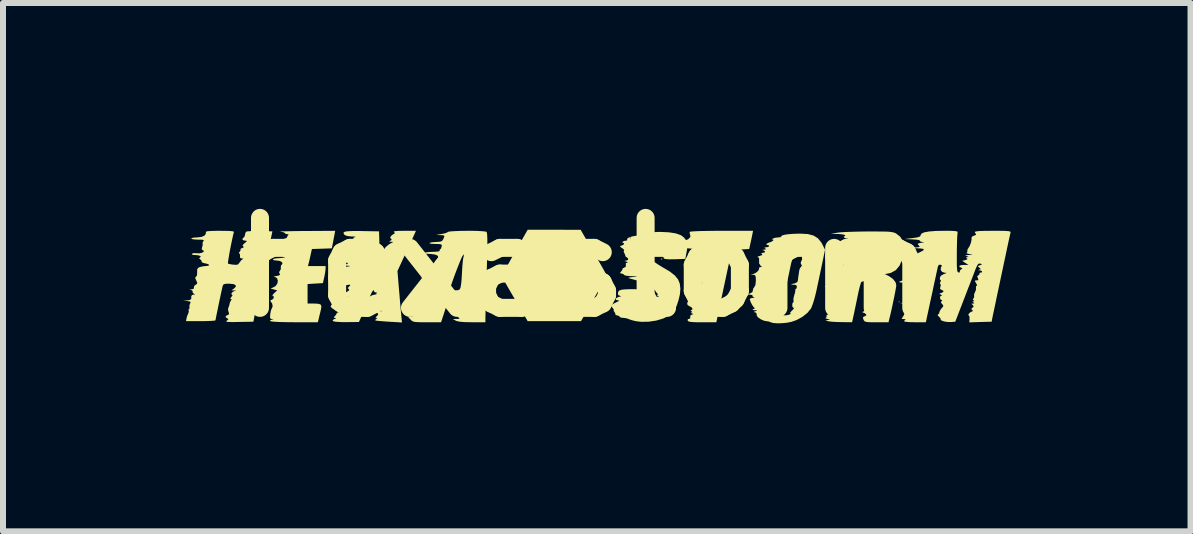
<source format=kicad_pcb>
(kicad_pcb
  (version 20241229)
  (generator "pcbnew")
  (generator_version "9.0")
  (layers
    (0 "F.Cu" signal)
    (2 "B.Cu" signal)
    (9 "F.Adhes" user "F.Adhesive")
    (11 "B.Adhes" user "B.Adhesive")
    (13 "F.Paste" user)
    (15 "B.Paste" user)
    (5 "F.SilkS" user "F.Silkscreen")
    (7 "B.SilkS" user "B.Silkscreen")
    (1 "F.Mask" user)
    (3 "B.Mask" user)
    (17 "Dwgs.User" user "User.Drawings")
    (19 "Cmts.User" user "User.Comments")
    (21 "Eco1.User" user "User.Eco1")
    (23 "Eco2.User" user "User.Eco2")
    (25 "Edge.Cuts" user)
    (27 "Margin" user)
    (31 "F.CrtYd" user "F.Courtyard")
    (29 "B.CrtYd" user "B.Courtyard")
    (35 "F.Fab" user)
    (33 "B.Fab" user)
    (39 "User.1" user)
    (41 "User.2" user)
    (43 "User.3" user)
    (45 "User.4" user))
  (footprint "hexastorm"
    (layer "F.Cu")
    (at 6.713 1.404)
    (property "Reference" "hexastorm" (at 0 0 0) (layer "F.SilkS") (effects (font (size 1.5 1.5) (thickness 0.3))))
    (attr board_only exclude_from_pos_files exclude_from_bom)
    (fp_poly (pts (xy 4.004 0.321) (xy 3.995 0.331) (xy 3.985 0.321) (xy 3.995 0.312)) (stroke (width 0) (type solid)) (fill yes) (layer "F.SilkS"))
    (fp_poly (pts (xy 4.261 -0.413) (xy 4.252 -0.404) (xy 4.243 -0.413) (xy 4.252 -0.422)) (stroke (width 0) (type solid)) (fill yes) (layer "F.SilkS"))
    (fp_poly (pts (xy 5.234 0.579) (xy 5.225 0.588) (xy 5.216 0.579) (xy 5.225 0.569)) (stroke (width 0) (type solid)) (fill yes) (layer "F.SilkS"))
    (fp_poly (pts (xy 1.279 -0.141) (xy 1.277 -0.13) (xy 1.267 -0.129) (xy 1.252 -0.135) (xy 1.255 -0.141) (xy 1.277 -0.143)) (stroke (width 0) (type solid)) (fill yes) (layer "F.SilkS"))
    (fp_poly (pts (xy -2.842 0.576) (xy -2.841 0.582) (xy -2.87 0.584) (xy -2.874 0.584) (xy -2.903 0.581) (xy -2.9 0.576) (xy -2.897 0.575) (xy -2.857 0.572)) (stroke (width 0) (type solid)) (fill yes) (layer "F.SilkS"))
    (fp_poly (pts (xy -0.524 -0.624) (xy -0.083 -0.623) (xy 0.119 -0.273) (xy 0.179 -0.169) (xy 0.234 -0.074) (xy 0.28 0.007) (xy 0.314 0.068) (xy 0.334 0.105) (xy 0.338 0.111) (xy 0.339 0.129) (xy 0.33 0.162) (xy 0.308 0.211) (xy 0.273 0.281) (xy 0.222 0.374) (xy 0.154 0.495) (xy 0.139 0.522) (xy -0.077 0.9) (xy -0.521 0.9) (xy -0.966 0.9) (xy -1.181 0.533) (xy -1.242 0.428) (xy -1.297 0.333) (xy -1.342 0.253) (xy -1.375 0.193) (xy -1.393 0.157) (xy -1.396 0.149) (xy -1.387 0.128) (xy -1.363 0.081) (xy -1.325 0.011) (xy -1.276 -0.077) (xy -1.22 -0.179) (xy -1.181 -0.247) (xy -0.966 -0.624)) (stroke (width 0) (type solid)) (fill yes) (layer "F.SilkS"))
    (fp_poly (pts (xy -4.203 -0.46) (xy -4.231 -0.314) (xy -4.397 -0.308) (xy -4.563 -0.303) (xy -4.585 -0.206) (xy -4.599 -0.142) (xy -4.612 -0.085) (xy -4.618 -0.064) (xy -4.629 -0.018) (xy -4.482 -0.018) (xy -4.334 -0.018) (xy -4.336 0.032) (xy -4.341 0.08) (xy -4.353 0.144) (xy -4.359 0.174) (xy -4.38 0.266) (xy -4.536 0.275) (xy -4.692 0.285) (xy -4.713 0.379) (xy -4.728 0.449) (xy -4.741 0.516) (xy -4.746 0.54) (xy -4.758 0.606) (xy -4.583 0.606) (xy -4.497 0.607) (xy -4.442 0.613) (xy -4.413 0.628) (xy -4.405 0.658) (xy -4.413 0.707) (xy -4.424 0.753) (xy -4.439 0.813) (xy -4.452 0.867) (xy -4.452 0.868) (xy -4.464 0.918) (xy -4.844 0.918) (xy -4.96 0.917) (xy -5.064 0.915) (xy -5.151 0.912) (xy -5.214 0.907) (xy -5.248 0.903) (xy -5.251 0.901) (xy -5.263 0.888) (xy -5.242 0.878) (xy -5.233 0.877) (xy -5.204 0.87) (xy -5.211 0.867) (xy -5.227 0.866) (xy -5.251 0.86) (xy -5.261 0.84) (xy -5.259 0.796) (xy -5.258 0.785) (xy -5.249 0.733) (xy -5.237 0.696) (xy -5.232 0.69) (xy -5.217 0.65) (xy -5.227 0.603) (xy -5.243 0.582) (xy -5.259 0.56) (xy -5.243 0.548) (xy -5.234 0.545) (xy -5.208 0.528) (xy -5.197 0.501) (xy -5.206 0.481) (xy -5.219 0.478) (xy -5.221 0.467) (xy -5.2 0.441) (xy -5.191 0.432) (xy -5.142 0.387) (xy -5.202 0.37) (xy -5.241 0.359) (xy -5.247 0.352) (xy -5.222 0.343) (xy -5.215 0.341) (xy -5.169 0.315) (xy -5.14 0.274) (xy -5.131 0.228) (xy -5.143 0.187) (xy -5.177 0.162) (xy -5.185 0.16) (xy -5.202 0.154) (xy -5.183 0.15) (xy -5.166 0.149) (xy -5.119 0.141) (xy -5.095 0.125) (xy -5.099 0.106) (xy -5.106 0.101) (xy -5.111 0.081) (xy -5.097 0.063) (xy -5.08 0.028) (xy -5.082 0.007) (xy -5.08 -0.025) (xy -5.071 -0.035) (xy -5.053 -0.06) (xy -5.064 -0.085) (xy -5.099 -0.104) (xy -5.144 -0.11) (xy -5.196 -0.115) (xy -5.214 -0.127) (xy -5.2 -0.14) (xy -5.153 -0.148) (xy -5.138 -0.149) (xy -5.076 -0.153) (xy -5.023 -0.161) (xy -5.014 -0.164) (xy -4.968 -0.177) (xy -5.014 -0.19) (xy -5.06 -0.203) (xy -5.016 -0.239) (xy -4.99 -0.264) (xy -4.992 -0.274) (xy -5.004 -0.275) (xy -5.024 -0.284) (xy -5.023 -0.294) (xy -5.032 -0.305) (xy -5.073 -0.311) (xy -5.104 -0.312) (xy -5.159 -0.316) (xy -5.197 -0.324) (xy -5.207 -0.331) (xy -5.197 -0.342) (xy -5.156 -0.349) (xy -5.121 -0.35) (xy -5.038 -0.355) (xy -4.987 -0.366) (xy -4.969 -0.382) (xy -4.98 -0.399) (xy -5.016 -0.416) (xy -5.06 -0.427) (xy -5.09 -0.432) (xy -5.088 -0.436) (xy -5.052 -0.439) (xy -5.041 -0.439) (xy -4.998 -0.443) (xy -4.988 -0.45) (xy -5.005 -0.459) (xy -5.028 -0.471) (xy -5.019 -0.476) (xy -5.009 -0.476) (xy -4.982 -0.49) (xy -4.977 -0.504) (xy -4.963 -0.533) (xy -4.954 -0.539) (xy -4.951 -0.546) (xy -4.973 -0.55) (xy -5.005 -0.557) (xy -5.014 -0.568) (xy -5.03 -0.58) (xy -5.071 -0.59) (xy -5.092 -0.593) (xy -5.095 -0.595) (xy -5.065 -0.597) (xy -5.006 -0.598) (xy -4.922 -0.6) (xy -4.816 -0.602) (xy -4.693 -0.603) (xy -4.673 -0.603) (xy -4.175 -0.606)) (stroke (width 0) (type solid)) (fill yes) (layer "F.SilkS"))
    (fp_poly (pts (xy -1.886 -0.606) (xy -1.799 -0.604) (xy -1.727 -0.6) (xy -1.676 -0.595) (xy -1.655 -0.59) (xy -1.649 -0.581) (xy -1.644 -0.561) (xy -1.641 -0.527) (xy -1.639 -0.475) (xy -1.638 -0.403) (xy -1.64 -0.307) (xy -1.642 -0.183) (xy -1.646 -0.029) (xy -1.651 0.122) (xy -1.655 0.28) (xy -1.66 0.428) (xy -1.664 0.562) (xy -1.667 0.677) (xy -1.669 0.769) (xy -1.671 0.834) (xy -1.671 0.867) (xy -1.671 0.868) (xy -1.671 0.918) (xy -1.896 0.918) (xy -2.009 0.916) (xy -2.091 0.91) (xy -2.144 0.9) (xy -2.167 0.891) (xy -2.213 0.864) (xy -2.149 0.863) (xy -2.11 0.861) (xy -2.103 0.853) (xy -2.115 0.844) (xy -2.136 0.815) (xy -2.132 0.778) (xy -2.106 0.751) (xy -2.096 0.747) (xy -2.077 0.74) (xy -2.093 0.737) (xy -2.098 0.737) (xy -2.124 0.726) (xy -2.13 0.708) (xy -2.114 0.698) (xy -2.111 0.698) (xy -2.1 0.687) (xy -2.103 0.68) (xy -2.126 0.67) (xy -2.174 0.663) (xy -2.22 0.661) (xy -2.326 0.661) (xy -2.368 0.79) (xy -2.41 0.918) (xy -2.644 0.918) (xy -2.74 0.918) (xy -2.807 0.916) (xy -2.852 0.912) (xy -2.881 0.904) (xy -2.902 0.89) (xy -2.92 0.872) (xy -2.963 0.826) (xy -2.915 0.826) (xy -2.877 0.816) (xy -2.847 0.791) (xy -2.835 0.762) (xy -2.841 0.746) (xy -2.839 0.736) (xy -2.831 0.735) (xy -2.81 0.727) (xy -2.816 0.71) (xy -2.842 0.696) (xy -2.851 0.693) (xy -2.872 0.687) (xy -2.861 0.68) (xy -2.827 0.672) (xy -2.784 0.66) (xy -2.764 0.639) (xy -2.758 0.596) (xy -2.758 0.586) (xy -2.759 0.539) (xy -2.771 0.518) (xy -2.789 0.514) (xy -2.827 0.508) (xy -2.832 0.494) (xy -2.805 0.477) (xy -2.781 0.469) (xy -2.736 0.451) (xy -2.718 0.432) (xy -2.728 0.42) (xy -2.765 0.419) (xy -2.801 0.418) (xy -2.809 0.407) (xy -2.789 0.391) (xy -2.748 0.378) (xy -2.712 0.365) (xy -2.259 0.365) (xy -2.242 0.378) (xy -2.198 0.385) (xy -2.178 0.386) (xy -2.127 0.384) (xy -2.101 0.372) (xy -2.087 0.344) (xy -2.083 0.326) (xy -2.075 0.276) (xy -2.068 0.206) (xy -2.064 0.138) (xy -2.057 0.011) (xy -2.049 -0.086) (xy -2.041 -0.15) (xy -2.033 -0.178) (xy -2.032 -0.207) (xy -2.036 -0.215) (xy -2.045 -0.205) (xy -2.064 -0.166) (xy -2.09 -0.106) (xy -2.12 -0.031) (xy -2.153 0.053) (xy -2.185 0.138) (xy -2.214 0.218) (xy -2.238 0.288) (xy -2.254 0.339) (xy -2.259 0.365) (xy -2.712 0.365) (xy -2.699 0.36) (xy -2.675 0.327) (xy -2.674 0.321) (xy -2.653 0.285) (xy -2.631 0.275) (xy -2.61 0.272) (xy -2.624 0.259) (xy -2.638 0.241) (xy -2.628 0.231) (xy -2.608 0.209) (xy -2.623 0.192) (xy -2.672 0.18) (xy -2.686 0.179) (xy -2.764 0.172) (xy -2.684 0.169) (xy -2.631 0.162) (xy -2.603 0.147) (xy -2.595 0.129) (xy -2.581 0.099) (xy -2.57 0.092) (xy -2.563 0.077) (xy -2.569 0.051) (xy -2.59 0.021) (xy -2.632 0.004) (xy -2.665 -0.002) (xy -2.746 -0.013) (xy -2.653 -0.016) (xy -2.585 -0.023) (xy -2.542 -0.043) (xy -2.53 -0.055) (xy -2.51 -0.082) (xy -2.51 -0.092) (xy -2.507 -0.102) (xy -2.482 -0.126) (xy -2.482 -0.127) (xy -2.456 -0.162) (xy -2.465 -0.19) (xy -2.506 -0.21) (xy -2.578 -0.22) (xy -2.614 -0.222) (xy -2.672 -0.225) (xy -2.697 -0.231) (xy -2.693 -0.239) (xy -2.663 -0.246) (xy -2.611 -0.253) (xy -2.54 -0.256) (xy -2.538 -0.256) (xy -2.473 -0.259) (xy -2.438 -0.267) (xy -2.433 -0.275) (xy -2.433 -0.292) (xy -2.428 -0.294) (xy -2.412 -0.31) (xy -2.401 -0.34) (xy -2.398 -0.364) (xy -2.406 -0.378) (xy -2.433 -0.385) (xy -2.486 -0.387) (xy -2.514 -0.387) (xy -2.575 -0.39) (xy -2.601 -0.398) (xy -2.597 -0.407) (xy -2.563 -0.415) (xy -2.503 -0.42) (xy -2.478 -0.421) (xy -2.423 -0.425) (xy -2.392 -0.439) (xy -2.373 -0.468) (xy -2.372 -0.469) (xy -2.356 -0.508) (xy -2.358 -0.526) (xy -2.385 -0.533) (xy -2.429 -0.535) (xy -2.471 -0.536) (xy -2.483 -0.539) (xy -2.463 -0.543) (xy -2.408 -0.551) (xy -2.406 -0.552) (xy -2.35 -0.563) (xy -2.311 -0.577) (xy -2.299 -0.586) (xy -2.28 -0.593) (xy -2.231 -0.598) (xy -2.159 -0.602) (xy -2.073 -0.605) (xy -1.98 -0.606)) (stroke (width 0) (type solid)) (fill yes) (layer "F.SilkS"))
    (fp_poly (pts (xy 3.705 -0.552) (xy 3.8 -0.527) (xy 3.873 -0.481) (xy 3.929 -0.412) (xy 3.947 -0.379) (xy 3.991 -0.29) (xy 3.96 -0.141) (xy 3.941 -0.05) (xy 3.921 0.045) (xy 3.904 0.126) (xy 3.903 0.129) (xy 3.888 0.201) (xy 3.868 0.294) (xy 3.847 0.392) (xy 3.838 0.432) (xy 3.816 0.519) (xy 3.791 0.602) (xy 3.766 0.668) (xy 3.755 0.691) (xy 3.697 0.762) (xy 3.614 0.828) (xy 3.515 0.882) (xy 3.428 0.912) (xy 3.356 0.926) (xy 3.274 0.934) (xy 3.195 0.936) (xy 3.129 0.931) (xy 3.087 0.919) (xy 3.085 0.918) (xy 3.046 0.904) (xy 3.012 0.9) (xy 2.969 0.891) (xy 2.919 0.868) (xy 2.877 0.839) (xy 2.854 0.812) (xy 2.854 0.808) (xy 2.849 0.773) (xy 2.849 0.771) (xy 2.834 0.757) (xy 3.272 0.757) (xy 3.275 0.778) (xy 3.298 0.802) (xy 3.345 0.803) (xy 3.398 0.79) (xy 3.422 0.779) (xy 3.416 0.773) (xy 3.406 0.763) (xy 3.427 0.737) (xy 3.44 0.725) (xy 3.467 0.696) (xy 3.472 0.681) (xy 3.468 0.68) (xy 3.449 0.664) (xy 3.444 0.634) (xy 3.449 0.599) (xy 3.459 0.588) (xy 3.468 0.574) (xy 3.465 0.56) (xy 3.464 0.527) (xy 3.475 0.477) (xy 3.48 0.461) (xy 3.493 0.414) (xy 3.496 0.383) (xy 3.494 0.378) (xy 3.496 0.368) (xy 3.501 0.367) (xy 3.516 0.352) (xy 3.521 0.331) (xy 3.516 0.304) (xy 3.487 0.294) (xy 3.465 0.292) (xy 3.43 0.29) (xy 3.428 0.285) (xy 3.46 0.275) (xy 3.49 0.269) (xy 3.529 0.247) (xy 3.539 0.217) (xy 3.545 0.163) (xy 3.55 0.129) (xy 3.558 0.08) (xy 3.561 0.052) (xy 3.575 0.014) (xy 3.592 -0.008) (xy 3.607 -0.03) (xy 3.602 -0.037) (xy 3.588 -0.052) (xy 3.586 -0.073) (xy 3.594 -0.103) (xy 3.601 -0.11) (xy 3.608 -0.127) (xy 3.607 -0.17) (xy 3.602 -0.207) (xy 3.584 -0.216) (xy 3.545 -0.22) (xy 3.505 -0.213) (xy 3.474 -0.189) (xy 3.449 -0.143) (xy 3.427 -0.069) (xy 3.41 0.009) (xy 3.392 0.098) (xy 3.369 0.203) (xy 3.347 0.306) (xy 3.342 0.331) (xy 3.31 0.481) (xy 3.288 0.603) (xy 3.275 0.696) (xy 3.272 0.757) (xy 2.834 0.757) (xy 2.832 0.755) (xy 2.815 0.751) (xy 2.802 0.746) (xy 2.825 0.736) (xy 2.828 0.735) (xy 2.858 0.724) (xy 2.855 0.72) (xy 2.819 0.717) (xy 2.784 0.713) (xy 2.783 0.707) (xy 2.801 0.698) (xy 2.822 0.685) (xy 2.818 0.681) (xy 2.8 0.665) (xy 2.775 0.628) (xy 2.752 0.583) (xy 2.738 0.544) (xy 2.737 0.532) (xy 2.752 0.518) (xy 2.787 0.512) (xy 2.815 0.509) (xy 2.808 0.502) (xy 2.805 0.502) (xy 2.783 0.487) (xy 2.783 0.476) (xy 2.775 0.464) (xy 2.742 0.458) (xy 2.691 0.456) (xy 2.742 0.437) (xy 2.781 0.413) (xy 2.787 0.388) (xy 2.795 0.353) (xy 2.809 0.337) (xy 2.83 0.299) (xy 2.838 0.227) (xy 2.838 0.222) (xy 2.836 0.167) (xy 2.828 0.139) (xy 2.81 0.128) (xy 2.792 0.126) (xy 2.746 0.124) (xy 2.791 0.115) (xy 2.832 0.098) (xy 2.868 0.069) (xy 2.87 0.067) (xy 3.065 0.067) (xy 3.089 0.07) (xy 3.095 0.07) (xy 3.126 0.068) (xy 3.129 0.062) (xy 3.127 0.061) (xy 3.091 0.058) (xy 3.072 0.061) (xy 3.065 0.067) (xy 2.87 0.067) (xy 2.891 0.037) (xy 2.891 0.016) (xy 2.897 0.003) (xy 2.914 -0.001) (xy 2.937 -0.003) (xy 2.929 -0.015) (xy 2.916 -0.025) (xy 2.892 -0.063) (xy 2.892 -0.107) (xy 2.892 -0.149) (xy 2.877 -0.166) (xy 2.868 -0.167) (xy 2.863 -0.172) (xy 2.888 -0.183) (xy 2.901 -0.187) (xy 2.94 -0.201) (xy 2.946 -0.214) (xy 2.937 -0.222) (xy 2.925 -0.234) (xy 2.945 -0.238) (xy 2.952 -0.238) (xy 2.987 -0.247) (xy 2.991 -0.265) (xy 2.962 -0.281) (xy 2.961 -0.281) (xy 2.948 -0.288) (xy 2.971 -0.292) (xy 2.975 -0.292) (xy 3.005 -0.296) (xy 3.001 -0.307) (xy 2.994 -0.312) (xy 2.979 -0.326) (xy 2.997 -0.33) (xy 3.006 -0.33) (xy 3.043 -0.338) (xy 3.058 -0.349) (xy 3.054 -0.365) (xy 3.041 -0.367) (xy 3.014 -0.374) (xy 3.017 -0.389) (xy 3.044 -0.406) (xy 3.067 -0.413) (xy 3.107 -0.427) (xy 3.132 -0.443) (xy 3.135 -0.456) (xy 3.119 -0.459) (xy 3.107 -0.464) (xy 3.122 -0.478) (xy 3.159 -0.49) (xy 3.21 -0.496) (xy 3.211 -0.496) (xy 3.248 -0.5) (xy 3.261 -0.511) (xy 3.261 -0.513) (xy 3.27 -0.526) (xy 3.31 -0.539) (xy 3.376 -0.549) (xy 3.462 -0.556) (xy 3.564 -0.559) (xy 3.581 -0.559)) (stroke (width 0) (type solid)) (fill yes) (layer "F.SilkS"))
    (fp_poly (pts (xy -5.995 -0.605) (xy -5.924 -0.603) (xy -5.882 -0.598) (xy -5.864 -0.59) (xy -5.864 -0.583) (xy -5.874 -0.548) (xy -5.887 -0.489) (xy -5.903 -0.414) (xy -5.92 -0.33) (xy -5.936 -0.246) (xy -5.949 -0.169) (xy -5.959 -0.108) (xy -5.964 -0.07) (xy -5.963 -0.061) (xy -5.94 -0.053) (xy -5.894 -0.044) (xy -5.873 -0.042) (xy -5.821 -0.039) (xy -5.792 -0.048) (xy -5.772 -0.074) (xy -5.768 -0.08) (xy -5.74 -0.117) (xy -5.714 -0.135) (xy -5.704 -0.141) (xy -5.728 -0.145) (xy -5.759 -0.153) (xy -5.763 -0.179) (xy -5.762 -0.183) (xy -5.763 -0.216) (xy -5.773 -0.227) (xy -5.782 -0.241) (xy -5.769 -0.254) (xy -5.753 -0.278) (xy -5.755 -0.29) (xy -5.749 -0.308) (xy -5.725 -0.319) (xy -5.699 -0.331) (xy -5.706 -0.345) (xy -5.709 -0.346) (xy -5.719 -0.363) (xy -5.702 -0.386) (xy -5.683 -0.401) (xy -5.652 -0.428) (xy -5.649 -0.439) (xy -5.671 -0.441) (xy -5.671 -0.441) (xy -5.707 -0.449) (xy -5.724 -0.466) (xy -5.714 -0.484) (xy -5.708 -0.487) (xy -5.686 -0.511) (xy -5.68 -0.536) (xy -5.67 -0.575) (xy -5.661 -0.591) (xy -5.637 -0.597) (xy -5.584 -0.601) (xy -5.511 -0.603) (xy -5.433 -0.602) (xy -5.222 -0.597) (xy -5.357 0.037) (xy -5.39 0.19) (xy -5.421 0.337) (xy -5.45 0.472) (xy -5.475 0.591) (xy -5.495 0.688) (xy -5.51 0.758) (xy -5.516 0.79) (xy -5.539 0.909) (xy -5.777 0.913) (xy -5.874 0.915) (xy -5.938 0.914) (xy -5.976 0.912) (xy -5.99 0.906) (xy -5.988 0.898) (xy -5.98 0.891) (xy -5.957 0.87) (xy -5.963 0.858) (xy -5.975 0.853) (xy -6.003 0.833) (xy -5.995 0.812) (xy -5.969 0.799) (xy -5.944 0.784) (xy -5.948 0.758) (xy -5.952 0.75) (xy -5.962 0.708) (xy -5.958 0.683) (xy -5.944 0.646) (xy -5.941 0.634) (xy -5.932 0.6) (xy -5.93 0.588) (xy -5.912 0.554) (xy -5.905 0.547) (xy -5.901 0.535) (xy -5.912 0.533) (xy -5.925 0.527) (xy -5.912 0.504) (xy -5.905 0.496) (xy -5.887 0.47) (xy -5.892 0.459) (xy -5.907 0.45) (xy -5.9 0.429) (xy -5.877 0.408) (xy -5.853 0.398) (xy -5.827 0.393) (xy -5.837 0.39) (xy -5.858 0.388) (xy -5.904 0.386) (xy -5.864 0.358) (xy -5.832 0.326) (xy -5.835 0.3) (xy -5.871 0.282) (xy -5.937 0.276) (xy -5.943 0.275) (xy -6.001 0.277) (xy -6.033 0.285) (xy -6.047 0.303) (xy -6.052 0.317) (xy -6.062 0.362) (xy -6.077 0.429) (xy -6.094 0.51) (xy -6.113 0.599) (xy -6.131 0.688) (xy -6.148 0.768) (xy -6.161 0.833) (xy -6.169 0.875) (xy -6.171 0.886) (xy -6.188 0.891) (xy -6.235 0.895) (xy -6.306 0.898) (xy -6.393 0.9) (xy -6.416 0.9) (xy -6.662 0.9) (xy -6.653 0.849) (xy -6.64 0.804) (xy -6.626 0.776) (xy -6.615 0.74) (xy -6.618 0.726) (xy -6.619 0.702) (xy -6.612 0.698) (xy -6.602 0.685) (xy -6.605 0.672) (xy -6.605 0.636) (xy -6.595 0.609) (xy -6.585 0.584) (xy -6.598 0.572) (xy -6.639 0.565) (xy -6.644 0.564) (xy -6.713 0.557) (xy -6.644 0.554) (xy -6.595 0.547) (xy -6.574 0.525) (xy -6.574 0.482) (xy -6.561 0.464) (xy -6.534 0.457) (xy -6.509 0.454) (xy -6.518 0.448) (xy -6.526 0.446) (xy -6.549 0.428) (xy -6.55 0.413) (xy -6.557 0.39) (xy -6.581 0.38) (xy -6.604 0.374) (xy -6.593 0.371) (xy -6.571 0.37) (xy -6.535 0.362) (xy -6.531 0.341) (xy -6.525 0.313) (xy -6.503 0.295) (xy -6.478 0.277) (xy -6.476 0.256) (xy -6.492 0.221) (xy -6.508 0.183) (xy -6.504 0.164) (xy -6.495 0.16) (xy -6.479 0.135) (xy -6.476 0.084) (xy -6.476 0.037) (xy -6.46 0.012) (xy -6.435 -0.001) (xy -6.38 -0.014) (xy -6.336 -0.018) (xy -6.289 -0.024) (xy -6.275 -0.037) (xy -6.296 -0.052) (xy -6.337 -0.062) (xy -6.381 -0.073) (xy -6.401 -0.086) (xy -6.401 -0.091) (xy -6.406 -0.113) (xy -6.423 -0.128) (xy -6.443 -0.147) (xy -6.433 -0.159) (xy -6.415 -0.174) (xy -6.428 -0.189) (xy -6.465 -0.199) (xy -6.504 -0.202) (xy -6.553 -0.206) (xy -6.566 -0.219) (xy -6.565 -0.222) (xy -6.538 -0.234) (xy -6.488 -0.233) (xy -6.485 -0.232) (xy -6.439 -0.231) (xy -6.398 -0.24) (xy -6.371 -0.254) (xy -6.365 -0.271) (xy -6.381 -0.282) (xy -6.4 -0.299) (xy -6.394 -0.334) (xy -6.392 -0.337) (xy -6.383 -0.374) (xy -6.386 -0.393) (xy -6.385 -0.413) (xy -6.373 -0.431) (xy -6.365 -0.447) (xy -6.376 -0.455) (xy -6.412 -0.459) (xy -6.463 -0.459) (xy -6.522 -0.462) (xy -6.563 -0.469) (xy -6.575 -0.478) (xy -6.558 -0.488) (xy -6.516 -0.494) (xy -6.478 -0.496) (xy -6.405 -0.504) (xy -6.354 -0.526) (xy -6.33 -0.559) (xy -6.332 -0.584) (xy -6.325 -0.594) (xy -6.294 -0.6) (xy -6.236 -0.604) (xy -6.147 -0.606) (xy -6.097 -0.606)) (stroke (width 0) (type solid)) (fill yes) (layer "F.SilkS"))
    (fp_poly (pts (xy -2.872 -0.51) (xy -2.897 -0.457) (xy -2.932 -0.38) (xy -2.974 -0.289) (xy -3.018 -0.193) (xy -3.027 -0.174) (xy -3.137 0.064) (xy -3.112 0.367) (xy -3.102 0.481) (xy -3.093 0.592) (xy -3.084 0.691) (xy -3.077 0.769) (xy -3.074 0.796) (xy -3.062 0.922) (xy -3.28 0.909) (xy -3.366 0.903) (xy -3.437 0.897) (xy -3.487 0.892) (xy -3.507 0.888) (xy -3.502 0.873) (xy -3.489 0.862) (xy -3.471 0.849) (xy -3.486 0.845) (xy -3.49 0.845) (xy -3.504 0.839) (xy -3.488 0.822) (xy -3.482 0.817) (xy -3.459 0.793) (xy -3.466 0.769) (xy -3.471 0.763) (xy -3.482 0.743) (xy -3.466 0.735) (xy -3.441 0.734) (xy -3.389 0.733) (xy -3.439 0.711) (xy -3.485 0.678) (xy -3.517 0.636) (xy -3.538 0.594) (xy -3.543 0.575) (xy -3.531 0.569) (xy -3.525 0.569) (xy -3.497 0.558) (xy -3.478 0.542) (xy -3.463 0.52) (xy -3.469 0.514) (xy -3.48 0.501) (xy -3.478 0.487) (xy -3.48 0.463) (xy -3.492 0.459) (xy -3.506 0.455) (xy -3.49 0.441) (xy -3.473 0.427) (xy -3.49 0.423) (xy -3.494 0.423) (xy -3.521 0.414) (xy -3.526 0.404) (xy -3.532 0.383) (xy -3.548 0.393) (xy -3.571 0.432) (xy -3.6 0.497) (xy -3.609 0.519) (xy -3.645 0.608) (xy -3.687 0.707) (xy -3.72 0.783) (xy -3.779 0.914) (xy -3.979 0.916) (xy -4.063 0.916) (xy -4.135 0.912) (xy -4.186 0.907) (xy -4.205 0.901) (xy -4.219 0.886) (xy -4.203 0.872) (xy -4.187 0.865) (xy -4.16 0.852) (xy -4.167 0.847) (xy -4.175 0.846) (xy -4.198 0.842) (xy -4.191 0.827) (xy -4.18 0.816) (xy -4.156 0.786) (xy -4.151 0.77) (xy -4.135 0.755) (xy -4.119 0.752) (xy -4.11 0.746) (xy -4.134 0.734) (xy -4.142 0.731) (xy -4.193 0.707) (xy -4.23 0.682) (xy -4.252 0.657) (xy -4.244 0.638) (xy -4.239 0.634) (xy -4.218 0.601) (xy -4.214 0.579) (xy -4.209 0.556) (xy -4.186 0.543) (xy -4.136 0.537) (xy -4.128 0.536) (xy -4.077 0.53) (xy -4.045 0.519) (xy -4.04 0.513) (xy -4.025 0.5) (xy -3.99 0.494) (xy -3.957 0.492) (xy -3.958 0.487) (xy -3.982 0.48) (xy -4.02 0.463) (xy -4.022 0.441) (xy -3.988 0.415) (xy -3.978 0.41) (xy -3.945 0.388) (xy -3.942 0.372) (xy -3.951 0.365) (xy -3.965 0.348) (xy -3.95 0.328) (xy -3.943 0.323) (xy -3.923 0.301) (xy -3.934 0.288) (xy -3.934 0.288) (xy -3.94 0.28) (xy -3.922 0.277) (xy -3.897 0.274) (xy -3.902 0.264) (xy -3.922 0.249) (xy -3.946 0.228) (xy -3.94 0.222) (xy -3.926 0.221) (xy -3.899 0.205) (xy -3.893 0.179) (xy -3.879 0.125) (xy -3.845 0.085) (xy -3.809 0.071) (xy -3.798 0.067) (xy -3.821 0.057) (xy -3.829 0.055) (xy -3.884 0.041) (xy -3.829 0.039) (xy -3.774 0.037) (xy -3.825 0.01) (xy -3.877 -0.009) (xy -3.94 -0.021) (xy -3.953 -0.023) (xy -4 -0.027) (xy -4.015 -0.033) (xy -4.001 -0.043) (xy -3.985 -0.05) (xy -3.959 -0.066) (xy -3.966 -0.072) (xy -3.971 -0.072) (xy -4.006 -0.083) (xy -4.011 -0.105) (xy -3.983 -0.127) (xy -3.982 -0.128) (xy -3.957 -0.139) (xy -3.963 -0.144) (xy -4.001 -0.147) (xy -4.004 -0.147) (xy -4.04 -0.151) (xy -4.048 -0.157) (xy -4.045 -0.159) (xy -4.03 -0.177) (xy -4.032 -0.185) (xy -4.022 -0.194) (xy -3.982 -0.2) (xy -3.936 -0.202) (xy -3.873 -0.205) (xy -3.822 -0.213) (xy -3.802 -0.22) (xy -3.785 -0.235) (xy -3.803 -0.238) (xy -3.807 -0.238) (xy -3.83 -0.247) (xy -3.829 -0.258) (xy -3.827 -0.273) (xy -3.833 -0.274) (xy -3.874 -0.276) (xy -3.89 -0.304) (xy -3.89 -0.326) (xy -3.882 -0.372) (xy -3.87 -0.399) (xy -3.865 -0.418) (xy -3.887 -0.423) (xy -3.91 -0.425) (xy -3.904 -0.436) (xy -3.885 -0.451) (xy -3.864 -0.471) (xy -3.874 -0.479) (xy -3.876 -0.479) (xy -3.881 -0.485) (xy -3.857 -0.496) (xy -3.837 -0.504) (xy -3.847 -0.51) (xy -3.889 -0.512) (xy -3.905 -0.512) (xy -3.977 -0.52) (xy -4.02 -0.539) (xy -4.023 -0.543) (xy -4.036 -0.565) (xy -4.032 -0.582) (xy -4.005 -0.594) (xy -3.953 -0.6) (xy -3.873 -0.603) (xy -3.76 -0.603) (xy -3.727 -0.602) (xy -3.444 -0.597) (xy -3.439 -0.422) (xy -3.435 -0.326) (xy -3.431 -0.261) (xy -3.424 -0.224) (xy -3.413 -0.21) (xy -3.398 -0.214) (xy -3.387 -0.221) (xy -3.368 -0.25) (xy -3.367 -0.265) (xy -3.362 -0.297) (xy -3.331 -0.337) (xy -3.284 -0.376) (xy -3.259 -0.392) (xy -3.205 -0.421) (xy -3.251 -0.424) (xy -3.277 -0.428) (xy -3.268 -0.434) (xy -3.265 -0.435) (xy -3.236 -0.452) (xy -3.238 -0.472) (xy -3.253 -0.481) (xy -3.258 -0.496) (xy -3.241 -0.522) (xy -3.211 -0.547) (xy -3.191 -0.557) (xy -3.179 -0.57) (xy -3.196 -0.586) (xy -3.198 -0.595) (xy -3.173 -0.601) (xy -3.117 -0.605) (xy -3.027 -0.606) (xy -3.026 -0.606) (xy -2.829 -0.606)) (stroke (width 0) (type solid)) (fill yes) (layer "F.SilkS"))
    (fp_poly (pts (xy 4.947 -0.594) (xy 5.022 -0.593) (xy 5.077 -0.589) (xy 5.117 -0.583) (xy 5.146 -0.575) (xy 5.17 -0.565) (xy 5.179 -0.559) (xy 5.246 -0.506) (xy 5.286 -0.436) (xy 5.302 -0.345) (xy 5.3 -0.271) (xy 5.277 -0.133) (xy 5.234 -0.026) (xy 5.172 0.049) (xy 5.09 0.094) (xy 5.056 0.103) (xy 4.989 0.115) (xy 5.056 0.149) (xy 5.124 0.197) (xy 5.167 0.253) (xy 5.179 0.301) (xy 5.175 0.332) (xy 5.165 0.39) (xy 5.15 0.468) (xy 5.131 0.559) (xy 5.111 0.654) (xy 5.091 0.745) (xy 5.072 0.825) (xy 5.066 0.849) (xy 5.049 0.918) (xy 4.851 0.918) (xy 4.763 0.918) (xy 4.705 0.916) (xy 4.67 0.91) (xy 4.649 0.901) (xy 4.637 0.885) (xy 4.632 0.874) (xy 4.622 0.841) (xy 4.635 0.825) (xy 4.648 0.821) (xy 4.679 0.803) (xy 4.676 0.782) (xy 4.642 0.763) (xy 4.613 0.753) (xy 4.618 0.744) (xy 4.625 0.741) (xy 4.708 0.741) (xy 4.71 0.752) (xy 4.72 0.753) (xy 4.735 0.746) (xy 4.732 0.741) (xy 4.71 0.739) (xy 4.708 0.741) (xy 4.625 0.741) (xy 4.637 0.735) (xy 4.661 0.722) (xy 4.66 0.718) (xy 4.658 0.703) (xy 4.671 0.668) (xy 4.674 0.661) (xy 4.704 0.578) (xy 4.724 0.464) (xy 4.724 0.464) (xy 4.735 0.442) (xy 4.74 0.441) (xy 4.749 0.426) (xy 4.749 0.409) (xy 4.759 0.375) (xy 4.773 0.364) (xy 4.791 0.354) (xy 4.774 0.35) (xy 4.769 0.35) (xy 4.744 0.339) (xy 4.745 0.322) (xy 4.744 0.292) (xy 4.736 0.283) (xy 4.733 0.266) (xy 4.748 0.25) (xy 4.762 0.236) (xy 4.749 0.23) (xy 4.748 0.23) (xy 4.793 0.23) (xy 4.803 0.239) (xy 4.812 0.23) (xy 4.803 0.22) (xy 4.793 0.23) (xy 4.748 0.23) (xy 4.707 0.228) (xy 4.695 0.228) (xy 4.641 0.233) (xy 4.603 0.243) (xy 4.595 0.248) (xy 4.585 0.273) (xy 4.57 0.325) (xy 4.552 0.397) (xy 4.537 0.468) (xy 4.517 0.566) (xy 4.496 0.666) (xy 4.478 0.753) (xy 4.469 0.794) (xy 4.442 0.918) (xy 4.264 0.916) (xy 4.182 0.914) (xy 4.109 0.91) (xy 4.056 0.903) (xy 4.04 0.9) (xy 3.995 0.885) (xy 4.04 0.881) (xy 4.069 0.878) (xy 4.066 0.873) (xy 4.031 0.863) (xy 4.001 0.853) (xy 3.999 0.847) (xy 4.001 0.847) (xy 4.018 0.832) (xy 4.015 0.817) (xy 4.018 0.796) (xy 4.051 0.788) (xy 4.055 0.788) (xy 4.082 0.784) (xy 4.075 0.778) (xy 4.073 0.777) (xy 4.044 0.759) (xy 4.048 0.735) (xy 4.061 0.724) (xy 4.069 0.708) (xy 4.056 0.696) (xy 4.053 0.685) (xy 4.086 0.678) (xy 4.105 0.677) (xy 4.178 0.674) (xy 4.105 0.663) (xy 4.031 0.651) (xy 4.086 0.636) (xy 4.122 0.624) (xy 4.125 0.615) (xy 4.105 0.605) (xy 4.068 0.59) (xy 4.105 0.588) (xy 4.13 0.586) (xy 4.126 0.575) (xy 4.106 0.56) (xy 4.087 0.54) (xy 4.093 0.533) (xy 4.108 0.522) (xy 4.105 0.515) (xy 4.104 0.486) (xy 4.114 0.46) (xy 4.124 0.432) (xy 4.107 0.423) (xy 4.086 0.422) (xy 4.054 0.417) (xy 4.05 0.404) (xy 4.043 0.39) (xy 4.019 0.384) (xy 4.01 0.379) (xy 4.033 0.369) (xy 4.068 0.359) (xy 4.16 0.335) (xy 4.086 0.331) (xy 4.041 0.328) (xy 4.03 0.324) (xy 4.051 0.318) (xy 4.07 0.313) (xy 4.131 0.295) (xy 4.159 0.277) (xy 4.154 0.256) (xy 4.143 0.247) (xy 4.126 0.231) (xy 4.136 0.22) (xy 4.172 0.21) (xy 4.211 0.201) (xy 4.217 0.193) (xy 4.194 0.182) (xy 4.192 0.182) (xy 4.16 0.162) (xy 4.151 0.141) (xy 4.167 0.129) (xy 4.174 0.128) (xy 4.183 0.122) (xy 4.169 0.11) (xy 4.152 0.096) (xy 4.167 0.092) (xy 4.184 0.078) (xy 4.672 0.078) (xy 4.673 0.104) (xy 4.696 0.118) (xy 4.733 0.119) (xy 4.779 0.114) (xy 4.807 0.111) (xy 4.829 0.099) (xy 4.827 0.074) (xy 4.804 0.048) (xy 4.783 0.036) (xy 4.751 0.016) (xy 4.752 -0.003) (xy 4.784 -0.017) (xy 4.818 -0.021) (xy 4.876 -0.023) (xy 4.821 -0.037) (xy 4.785 -0.047) (xy 4.783 -0.051) (xy 4.814 -0.053) (xy 4.814 -0.053) (xy 4.853 -0.064) (xy 4.871 -0.1) (xy 4.872 -0.104) (xy 4.875 -0.162) (xy 4.856 -0.193) (xy 4.811 -0.202) (xy 4.81 -0.202) (xy 4.767 -0.203) (xy 4.744 -0.207) (xy 4.734 -0.193) (xy 4.72 -0.152) (xy 4.705 -0.095) (xy 4.69 -0.031) (xy 4.679 0.03) (xy 4.672 0.078) (xy 4.184 0.078) (xy 4.184 0.078) (xy 4.182 0.056) (xy 4.184 0.028) (xy 4.211 0.008) (xy 4.235 -0.001) (xy 4.276 -0.018) (xy 4.297 -0.034) (xy 4.298 -0.036) (xy 4.281 -0.046) (xy 4.238 -0.06) (xy 4.183 -0.073) (xy 4.106 -0.088) (xy 4.059 -0.099) (xy 4.034 -0.108) (xy 4.024 -0.118) (xy 4.022 -0.128) (xy 4.039 -0.139) (xy 4.083 -0.145) (xy 4.123 -0.147) (xy 4.178 -0.15) (xy 4.215 -0.158) (xy 4.224 -0.165) (xy 4.24 -0.18) (xy 4.262 -0.184) (xy 4.293 -0.188) (xy 4.294 -0.197) (xy 4.272 -0.209) (xy 4.235 -0.219) (xy 4.191 -0.223) (xy 4.142 -0.226) (xy 4.128 -0.228) (xy 4.148 -0.231) (xy 4.174 -0.234) (xy 4.224 -0.246) (xy 4.243 -0.267) (xy 4.243 -0.267) (xy 4.253 -0.291) (xy 4.262 -0.294) (xy 4.273 -0.305) (xy 4.271 -0.311) (xy 4.275 -0.331) (xy 4.284 -0.337) (xy 4.297 -0.345) (xy 4.284 -0.348) (xy 4.262 -0.358) (xy 4.268 -0.38) (xy 4.297 -0.401) (xy 4.302 -0.403) (xy 4.33 -0.416) (xy 4.324 -0.421) (xy 4.307 -0.423) (xy 4.292 -0.428) (xy 4.311 -0.44) (xy 4.334 -0.45) (xy 4.371 -0.466) (xy 4.375 -0.474) (xy 4.358 -0.476) (xy 4.328 -0.483) (xy 4.306 -0.497) (xy 4.301 -0.51) (xy 4.316 -0.514) (xy 4.328 -0.525) (xy 4.325 -0.533) (xy 4.302 -0.543) (xy 4.254 -0.55) (xy 4.2 -0.554) (xy 4.086 -0.556) (xy 4.197 -0.575) (xy 4.248 -0.581) (xy 4.329 -0.586) (xy 4.432 -0.59) (xy 4.55 -0.593) (xy 4.675 -0.595) (xy 4.711 -0.595) (xy 4.845 -0.595)) (stroke (width 0) (type solid)) (fill yes) (layer "F.SilkS"))
    (fp_poly (pts (xy 2.779 -0.546) (xy 2.768 -0.492) (xy 2.753 -0.423) (xy 2.747 -0.395) (xy 2.727 -0.303) (xy 2.581 -0.294) (xy 2.436 -0.285) (xy 2.403 -0.129) (xy 2.387 -0.054) (xy 2.365 0.045) (xy 2.341 0.159) (xy 2.316 0.275) (xy 2.306 0.321) (xy 2.282 0.435) (xy 2.257 0.55) (xy 2.235 0.655) (xy 2.217 0.74) (xy 2.211 0.767) (xy 2.179 0.918) (xy 1.946 0.918) (xy 1.846 0.918) (xy 1.777 0.915) (xy 1.734 0.91) (xy 1.71 0.901) (xy 1.701 0.891) (xy 1.704 0.867) (xy 1.718 0.863) (xy 1.741 0.856) (xy 1.743 0.849) (xy 1.746 0.806) (xy 1.774 0.789) (xy 1.777 0.788) (xy 1.797 0.785) (xy 1.783 0.776) (xy 1.772 0.771) (xy 1.751 0.759) (xy 1.763 0.754) (xy 1.781 0.75) (xy 1.768 0.738) (xy 1.763 0.735) (xy 1.748 0.72) (xy 1.759 0.717) (xy 1.78 0.706) (xy 1.778 0.684) (xy 1.756 0.662) (xy 1.736 0.654) (xy 1.699 0.631) (xy 1.692 0.596) (xy 1.717 0.559) (xy 1.726 0.551) (xy 1.749 0.528) (xy 1.74 0.511) (xy 1.74 0.511) (xy 1.739 0.501) (xy 1.769 0.496) (xy 1.777 0.496) (xy 1.823 0.491) (xy 1.835 0.474) (xy 1.815 0.444) (xy 1.807 0.429) (xy 1.829 0.421) (xy 1.847 0.42) (xy 1.879 0.417) (xy 1.876 0.413) (xy 1.86 0.409) (xy 1.828 0.398) (xy 1.82 0.376) (xy 1.835 0.333) (xy 1.839 0.323) (xy 1.875 0.283) (xy 1.908 0.27) (xy 1.956 0.263) (xy 1.905 0.26) (xy 1.865 0.25) (xy 1.858 0.23) (xy 1.886 0.204) (xy 1.887 0.203) (xy 1.907 0.189) (xy 1.894 0.184) (xy 1.892 0.184) (xy 1.861 0.17) (xy 1.841 0.147) (xy 1.829 0.124) (xy 1.838 0.113) (xy 1.874 0.108) (xy 1.896 0.107) (xy 1.934 0.105) (xy 1.94 0.102) (xy 1.913 0.098) (xy 1.864 0.093) (xy 1.754 0.083) (xy 1.813 0.055) (xy 1.85 0.036) (xy 1.854 0.028) (xy 1.91 0.028) (xy 1.919 0.037) (xy 1.928 0.028) (xy 1.919 0.018) (xy 1.91 0.028) (xy 1.854 0.028) (xy 1.855 0.024) (xy 1.841 0.016) (xy 1.823 0.008) (xy 1.823 0.001) (xy 1.847 -0.01) (xy 1.901 -0.027) (xy 1.902 -0.027) (xy 1.922 -0.049) (xy 1.92 -0.072) (xy 1.918 -0.106) (xy 1.927 -0.118) (xy 1.938 -0.143) (xy 1.935 -0.157) (xy 1.94 -0.185) (xy 1.954 -0.195) (xy 1.974 -0.212) (xy 1.973 -0.222) (xy 1.98 -0.235) (xy 2.005 -0.239) (xy 2.048 -0.24) (xy 2.002 -0.265) (xy 1.96 -0.279) (xy 1.896 -0.293) (xy 1.825 -0.303) (xy 1.694 -0.315) (xy 1.678 -0.227) (xy 1.662 -0.138) (xy 1.483 -0.132) (xy 1.393 -0.131) (xy 1.335 -0.135) (xy 1.308 -0.142) (xy 1.304 -0.149) (xy 1.291 -0.176) (xy 1.272 -0.194) (xy 1.25 -0.213) (xy 1.258 -0.225) (xy 1.272 -0.23) (xy 1.293 -0.247) (xy 1.285 -0.277) (xy 1.275 -0.306) (xy 1.286 -0.312) (xy 1.298 -0.323) (xy 1.295 -0.331) (xy 1.268 -0.345) (xy 1.221 -0.349) (xy 1.17 -0.343) (xy 1.13 -0.33) (xy 1.121 -0.322) (xy 1.102 -0.286) (xy 1.085 -0.235) (xy 1.083 -0.227) (xy 1.076 -0.178) (xy 1.089 -0.143) (xy 1.117 -0.111) (xy 1.157 -0.079) (xy 1.218 -0.038) (xy 1.287 0.004) (xy 1.295 0.008) (xy 1.407 0.075) (xy 1.487 0.138) (xy 1.54 0.203) (xy 1.569 0.273) (xy 1.579 0.355) (xy 1.579 0.364) (xy 1.572 0.449) (xy 1.55 0.545) (xy 1.52 0.637) (xy 1.484 0.714) (xy 1.46 0.749) (xy 1.39 0.808) (xy 1.293 0.856) (xy 1.178 0.89) (xy 1.052 0.909) (xy 0.925 0.911) (xy 0.842 0.901) (xy 0.782 0.887) (xy 0.732 0.871) (xy 0.72 0.865) (xy 0.673 0.85) (xy 0.626 0.845) (xy 0.586 0.84) (xy 0.569 0.828) (xy 0.569 0.828) (xy 0.554 0.812) (xy 0.528 0.805) (xy 0.5 0.796) (xy 0.496 0.788) (xy 0.493 0.767) (xy 0.48 0.747) (xy 0.466 0.723) (xy 0.469 0.716) (xy 0.469 0.705) (xy 0.45 0.679) (xy 0.43 0.653) (xy 0.431 0.633) (xy 0.457 0.613) (xy 0.51 0.586) (xy 0.55 0.566) (xy 0.558 0.556) (xy 0.538 0.553) (xy 0.536 0.552) (xy 0.504 0.544) (xy 0.502 0.525) (xy 0.526 0.506) (xy 0.562 0.493) (xy 0.592 0.485) (xy 0.586 0.48) (xy 0.577 0.48) (xy 0.545 0.465) (xy 0.538 0.445) (xy 0.542 0.413) (xy 0.559 0.39) (xy 0.594 0.377) (xy 0.653 0.37) (xy 0.741 0.367) (xy 0.766 0.367) (xy 0.852 0.368) (xy 0.907 0.369) (xy 0.938 0.374) (xy 0.951 0.383) (xy 0.951 0.398) (xy 0.949 0.409) (xy 0.941 0.451) (xy 0.931 0.512) (xy 0.926 0.548) (xy 0.921 0.616) (xy 0.933 0.655) (xy 0.967 0.674) (xy 1.028 0.679) (xy 1.032 0.679) (xy 1.097 0.676) (xy 1.136 0.665) (xy 1.146 0.65) (xy 1.136 0.639) (xy 1.121 0.622) (xy 1.134 0.612) (xy 1.149 0.594) (xy 1.147 0.586) (xy 1.151 0.571) (xy 1.161 0.569) (xy 1.169 0.562) (xy 1.152 0.55) (xy 1.123 0.524) (xy 1.129 0.505) (xy 1.169 0.495) (xy 1.18 0.495) (xy 1.217 0.492) (xy 1.22 0.486) (xy 1.203 0.478) (xy 1.182 0.465) (xy 1.194 0.46) (xy 1.209 0.454) (xy 1.201 0.445) (xy 1.177 0.419) (xy 1.159 0.39) (xy 1.133 0.359) (xy 1.112 0.349) (xy 1.08 0.335) (xy 1.062 0.317) (xy 1.029 0.289) (xy 0.98 0.263) (xy 0.973 0.26) (xy 0.934 0.246) (xy 0.892 0.232) (xy 0.84 0.217) (xy 0.764 0.196) (xy 0.744 0.191) (xy 0.716 0.182) (xy 0.714 0.176) (xy 0.742 0.17) (xy 0.79 0.164) (xy 0.891 0.153) (xy 0.767 0.15) (xy 0.705 0.146) (xy 0.66 0.139) (xy 0.643 0.13) (xy 0.643 0.13) (xy 0.627 0.114) (xy 0.603 0.107) (xy 0.575 0.1) (xy 0.579 0.085) (xy 0.593 0.071) (xy 0.612 0.044) (xy 0.613 0.031) (xy 0.62 0.019) (xy 0.642 0.009) (xy 0.671 -0.01) (xy 0.67 -0.038) (xy 0.67 -0.067) (xy 0.692 -0.075) (xy 0.707 -0.079) (xy 0.688 -0.089) (xy 0.68 -0.092) (xy 0.649 -0.103) (xy 0.652 -0.107) (xy 0.675 -0.108) (xy 0.706 -0.121) (xy 0.708 -0.145) (xy 0.683 -0.166) (xy 0.663 -0.18) (xy 0.663 -0.184) (xy 0.659 -0.205) (xy 0.645 -0.234) (xy 0.632 -0.265) (xy 0.642 -0.275) (xy 0.647 -0.276) (xy 0.649 -0.284) (xy 0.626 -0.305) (xy 0.615 -0.313) (xy 0.58 -0.337) (xy 0.574 -0.35) (xy 0.593 -0.358) (xy 0.601 -0.36) (xy 0.633 -0.376) (xy 0.643 -0.394) (xy 0.629 -0.404) (xy 0.623 -0.404) (xy 0.612 -0.415) (xy 0.615 -0.422) (xy 0.641 -0.437) (xy 0.665 -0.441) (xy 0.691 -0.445) (xy 0.693 -0.452) (xy 0.691 -0.473) (xy 0.71 -0.487) (xy 0.735 -0.487) (xy 0.744 -0.478) (xy 0.753 -0.487) (xy 0.744 -0.496) (xy 0.735 -0.487) (xy 0.71 -0.487) (xy 0.719 -0.494) (xy 0.772 -0.512) (xy 0.827 -0.522) (xy 0.925 -0.535) (xy 0.993 -0.545) (xy 1.035 -0.553) (xy 1.057 -0.56) (xy 1.065 -0.568) (xy 1.065 -0.571) (xy 1.082 -0.578) (xy 1.128 -0.584) (xy 1.195 -0.587) (xy 1.246 -0.588) (xy 1.389 -0.581) (xy 1.504 -0.563) (xy 1.589 -0.533) (xy 1.642 -0.492) (xy 1.646 -0.486) (xy 1.669 -0.456) (xy 1.689 -0.455) (xy 1.717 -0.473) (xy 1.746 -0.503) (xy 1.744 -0.533) (xy 1.742 -0.538) (xy 1.733 -0.573) (xy 1.736 -0.588) (xy 1.757 -0.594) (xy 1.813 -0.598) (xy 1.9 -0.602) (xy 2.015 -0.604) (xy 2.157 -0.606) (xy 2.269 -0.606) (xy 2.791 -0.606)) (stroke (width 0) (type solid)) (fill yes) (layer "F.SilkS"))
    (fp_poly (pts (xy 6.9 -0.606) (xy 6.98 -0.605) (xy 7.034 -0.602) (xy 7.066 -0.598) (xy 7.081 -0.59) (xy 7.084 -0.58) (xy 7.083 -0.574) (xy 7.077 -0.55) (xy 7.065 -0.495) (xy 7.047 -0.414) (xy 7.025 -0.312) (xy 7 -0.192) (xy 6.972 -0.062) (xy 6.943 0.076) (xy 6.913 0.216) (xy 6.884 0.354) (xy 6.856 0.484) (xy 6.832 0.601) (xy 6.811 0.701) (xy 6.794 0.779) (xy 6.788 0.808) (xy 6.768 0.909) (xy 6.582 0.914) (xy 6.396 0.92) (xy 6.4 0.864) (xy 6.399 0.825) (xy 6.39 0.808) (xy 6.39 0.808) (xy 6.379 0.798) (xy 6.388 0.776) (xy 6.412 0.753) (xy 6.432 0.743) (xy 6.457 0.73) (xy 6.447 0.716) (xy 6.444 0.714) (xy 6.428 0.697) (xy 6.443 0.682) (xy 6.465 0.66) (xy 6.468 0.652) (xy 6.455 0.631) (xy 6.443 0.622) (xy 6.433 0.61) (xy 6.456 0.606) (xy 6.48 0.603) (xy 6.47 0.591) (xy 6.465 0.588) (xy 6.447 0.573) (xy 6.46 0.569) (xy 6.465 0.569) (xy 6.482 0.566) (xy 6.467 0.553) (xy 6.453 0.536) (xy 6.464 0.524) (xy 6.478 0.498) (xy 6.475 0.483) (xy 6.477 0.448) (xy 6.49 0.42) (xy 6.507 0.377) (xy 6.507 0.348) (xy 6.508 0.319) (xy 6.518 0.312) (xy 6.526 0.3) (xy 6.509 0.266) (xy 6.49 0.234) (xy 6.494 0.222) (xy 6.518 0.22) (xy 6.546 0.216) (xy 6.544 0.195) (xy 6.538 0.183) (xy 6.528 0.152) (xy 6.545 0.136) (xy 6.547 0.136) (xy 6.566 0.118) (xy 6.565 0.108) (xy 6.57 0.094) (xy 6.583 0.092) (xy 6.609 0.084) (xy 6.608 0.068) (xy 6.583 0.055) (xy 6.57 0.053) (xy 6.545 0.05) (xy 6.554 0.044) (xy 6.563 0.042) (xy 6.586 0.034) (xy 6.579 0.021) (xy 6.563 0.009) (xy 6.541 -0.01) (xy 6.55 -0.023) (xy 6.574 -0.032) (xy 6.604 -0.045) (xy 6.602 -0.053) (xy 6.579 -0.059) (xy 6.558 -0.061) (xy 6.541 -0.049) (xy 6.522 -0.017) (xy 6.497 0.04) (xy 6.482 0.08) (xy 6.437 0.198) (xy 6.381 0.341) (xy 6.32 0.5) (xy 6.256 0.666) (xy 6.219 0.762) (xy 6.162 0.909) (xy 6.087 0.915) (xy 6.035 0.914) (xy 5.983 0.906) (xy 5.941 0.893) (xy 5.919 0.879) (xy 5.92 0.87) (xy 5.915 0.852) (xy 5.89 0.825) (xy 5.868 0.801) (xy 5.872 0.79) (xy 5.872 0.79) (xy 5.892 0.775) (xy 5.895 0.759) (xy 5.907 0.724) (xy 5.934 0.686) (xy 5.96 0.656) (xy 5.961 0.635) (xy 5.942 0.614) (xy 5.922 0.587) (xy 5.931 0.57) (xy 5.935 0.567) (xy 5.947 0.554) (xy 5.939 0.551) (xy 5.916 0.538) (xy 5.907 0.51) (xy 5.914 0.484) (xy 5.929 0.476) (xy 5.946 0.473) (xy 5.93 0.462) (xy 5.923 0.459) (xy 5.898 0.446) (xy 5.906 0.437) (xy 5.928 0.431) (xy 5.963 0.412) (xy 5.963 0.393) (xy 5.932 0.377) (xy 5.907 0.361) (xy 5.913 0.333) (xy 5.914 0.33) (xy 5.922 0.296) (xy 5.913 0.284) (xy 5.905 0.264) (xy 5.915 0.246) (xy 5.925 0.225) (xy 5.919 0.22) (xy 5.907 0.205) (xy 5.904 0.179) (xy 5.921 0.143) (xy 5.967 0.117) (xy 5.97 0.116) (xy 6.009 0.101) (xy 6.015 0.095) (xy 5.991 0.093) (xy 5.984 0.093) (xy 5.941 0.078) (xy 5.919 0.044) (xy 5.923 0.004) (xy 5.931 -0.008) (xy 5.939 -0.029) (xy 5.916 -0.041) (xy 5.887 -0.039) (xy 5.872 -0.008) (xy 5.87 -0.002) (xy 5.864 0.03) (xy 5.85 0.091) (xy 5.832 0.177) (xy 5.809 0.28) (xy 5.785 0.395) (xy 5.777 0.432) (xy 5.751 0.549) (xy 5.728 0.657) (xy 5.708 0.749) (xy 5.693 0.819) (xy 5.684 0.861) (xy 5.683 0.868) (xy 5.672 0.918) (xy 5.49 0.918) (xy 5.413 0.917) (xy 5.352 0.912) (xy 5.315 0.906) (xy 5.308 0.901) (xy 5.322 0.88) (xy 5.331 0.875) (xy 5.334 0.868) (xy 5.311 0.865) (xy 5.267 0.863) (xy 5.304 0.801) (xy 5.327 0.747) (xy 5.324 0.714) (xy 5.323 0.694) (xy 5.351 0.676) (xy 5.377 0.667) (xy 5.417 0.653) (xy 5.423 0.647) (xy 5.4 0.644) (xy 5.37 0.64) (xy 5.374 0.63) (xy 5.381 0.624) (xy 5.389 0.613) (xy 5.366 0.606) (xy 5.326 0.604) (xy 5.243 0.601) (xy 5.308 0.588) (xy 5.342 0.578) (xy 5.349 0.571) (xy 5.344 0.57) (xy 5.34 0.563) (xy 5.366 0.553) (xy 5.372 0.552) (xy 5.413 0.542) (xy 5.436 0.542) (xy 5.445 0.551) (xy 5.455 0.542) (xy 5.445 0.533) (xy 5.436 0.542) (xy 5.413 0.542) (xy 5.427 0.538) (xy 5.381 0.519) (xy 5.352 0.504) (xy 5.354 0.493) (xy 5.366 0.487) (xy 5.388 0.466) (xy 5.382 0.443) (xy 5.353 0.425) (xy 5.329 0.422) (xy 5.303 0.42) (xy 5.307 0.413) (xy 5.343 0.398) (xy 5.354 0.394) (xy 5.409 0.377) (xy 5.455 0.368) (xy 5.464 0.367) (xy 5.488 0.365) (xy 5.481 0.356) (xy 5.459 0.343) (xy 5.432 0.321) (xy 5.431 0.306) (xy 5.433 0.287) (xy 5.405 0.271) (xy 5.353 0.26) (xy 5.299 0.257) (xy 5.246 0.255) (xy 5.227 0.248) (xy 5.234 0.239) (xy 5.275 0.224) (xy 5.302 0.221) (xy 5.347 0.214) (xy 5.39 0.198) (xy 5.42 0.179) (xy 5.425 0.163) (xy 5.428 0.148) (xy 5.433 0.147) (xy 5.445 0.134) (xy 5.441 0.104) (xy 5.427 0.071) (xy 5.406 0.05) (xy 5.402 0.049) (xy 5.397 0.043) (xy 5.423 0.039) (xy 5.431 0.039) (xy 5.466 0.033) (xy 5.496 0.021) (xy 5.51 0.008) (xy 5.501 0.001) (xy 5.492 0) (xy 5.474 -0.011) (xy 5.476 -0.036) (xy 5.495 -0.06) (xy 5.512 -0.069) (xy 5.535 -0.077) (xy 5.531 -0.088) (xy 5.498 -0.108) (xy 5.489 -0.113) (xy 5.457 -0.134) (xy 5.455 -0.143) (xy 5.463 -0.143) (xy 5.494 -0.148) (xy 5.502 -0.161) (xy 5.507 -0.197) (xy 5.507 -0.202) (xy 5.524 -0.222) (xy 5.56 -0.244) (xy 5.616 -0.271) (xy 5.639 -0.29) (xy 5.629 -0.304) (xy 5.584 -0.312) (xy 5.504 -0.316) (xy 5.497 -0.316) (xy 5.423 -0.318) (xy 5.384 -0.319) (xy 5.379 -0.321) (xy 5.405 -0.323) (xy 5.46 -0.326) (xy 5.525 -0.33) (xy 5.559 -0.335) (xy 5.568 -0.344) (xy 5.558 -0.358) (xy 5.553 -0.364) (xy 5.535 -0.384) (xy 5.542 -0.395) (xy 5.577 -0.403) (xy 5.594 -0.406) (xy 5.634 -0.413) (xy 5.639 -0.417) (xy 5.614 -0.42) (xy 5.581 -0.427) (xy 5.574 -0.44) (xy 5.562 -0.45) (xy 5.521 -0.458) (xy 5.454 -0.463) (xy 5.451 -0.463) (xy 5.317 -0.469) (xy 5.45 -0.485) (xy 5.521 -0.495) (xy 5.562 -0.506) (xy 5.58 -0.52) (xy 5.583 -0.532) (xy 5.599 -0.56) (xy 5.645 -0.581) (xy 5.725 -0.595) (xy 5.839 -0.604) (xy 5.968 -0.606) (xy 6.068 -0.606) (xy 6.136 -0.604) (xy 6.178 -0.599) (xy 6.198 -0.593) (xy 6.202 -0.583) (xy 6.201 -0.579) (xy 6.198 -0.552) (xy 6.194 -0.496) (xy 6.191 -0.415) (xy 6.189 -0.318) (xy 6.188 -0.235) (xy 6.188 -0.119) (xy 6.188 -0.035) (xy 6.191 0.023) (xy 6.195 0.059) (xy 6.202 0.079) (xy 6.212 0.087) (xy 6.217 0.089) (xy 6.238 0.086) (xy 6.237 0.076) (xy 6.241 0.054) (xy 6.258 0.039) (xy 6.28 0.024) (xy 6.27 0.013) (xy 6.258 0.008) (xy 6.229 -0.01) (xy 6.233 -0.025) (xy 6.268 -0.035) (xy 6.304 -0.037) (xy 6.382 -0.037) (xy 6.33 -0.071) (xy 6.278 -0.105) (xy 6.329 -0.118) (xy 6.362 -0.13) (xy 6.362 -0.142) (xy 6.354 -0.148) (xy 6.339 -0.161) (xy 6.359 -0.167) (xy 6.364 -0.167) (xy 6.385 -0.17) (xy 6.373 -0.177) (xy 6.355 -0.184) (xy 6.33 -0.193) (xy 6.334 -0.198) (xy 6.371 -0.202) (xy 6.382 -0.203) (xy 6.456 -0.207) (xy 6.391 -0.22) (xy 6.356 -0.23) (xy 6.346 -0.236) (xy 6.349 -0.236) (xy 6.364 -0.252) (xy 6.362 -0.264) (xy 6.366 -0.296) (xy 6.379 -0.316) (xy 6.403 -0.354) (xy 6.423 -0.407) (xy 6.434 -0.46) (xy 6.433 -0.491) (xy 6.443 -0.511) (xy 6.474 -0.525) (xy 6.505 -0.537) (xy 6.508 -0.549) (xy 6.49 -0.576) (xy 6.488 -0.583) (xy 6.495 -0.592) (xy 6.522 -0.598) (xy 6.573 -0.603) (xy 6.652 -0.605) (xy 6.764 -0.606) (xy 6.787 -0.606)) (stroke (width 0) (type solid)) (fill yes) (layer "F.SilkS")))
  (gr_rect
    (start -3 -3)
    (end 16.797 5.808)
    (stroke (width 0.1) (type default))
    (fill no)
    (layer "Edge.Cuts")))
</source>
